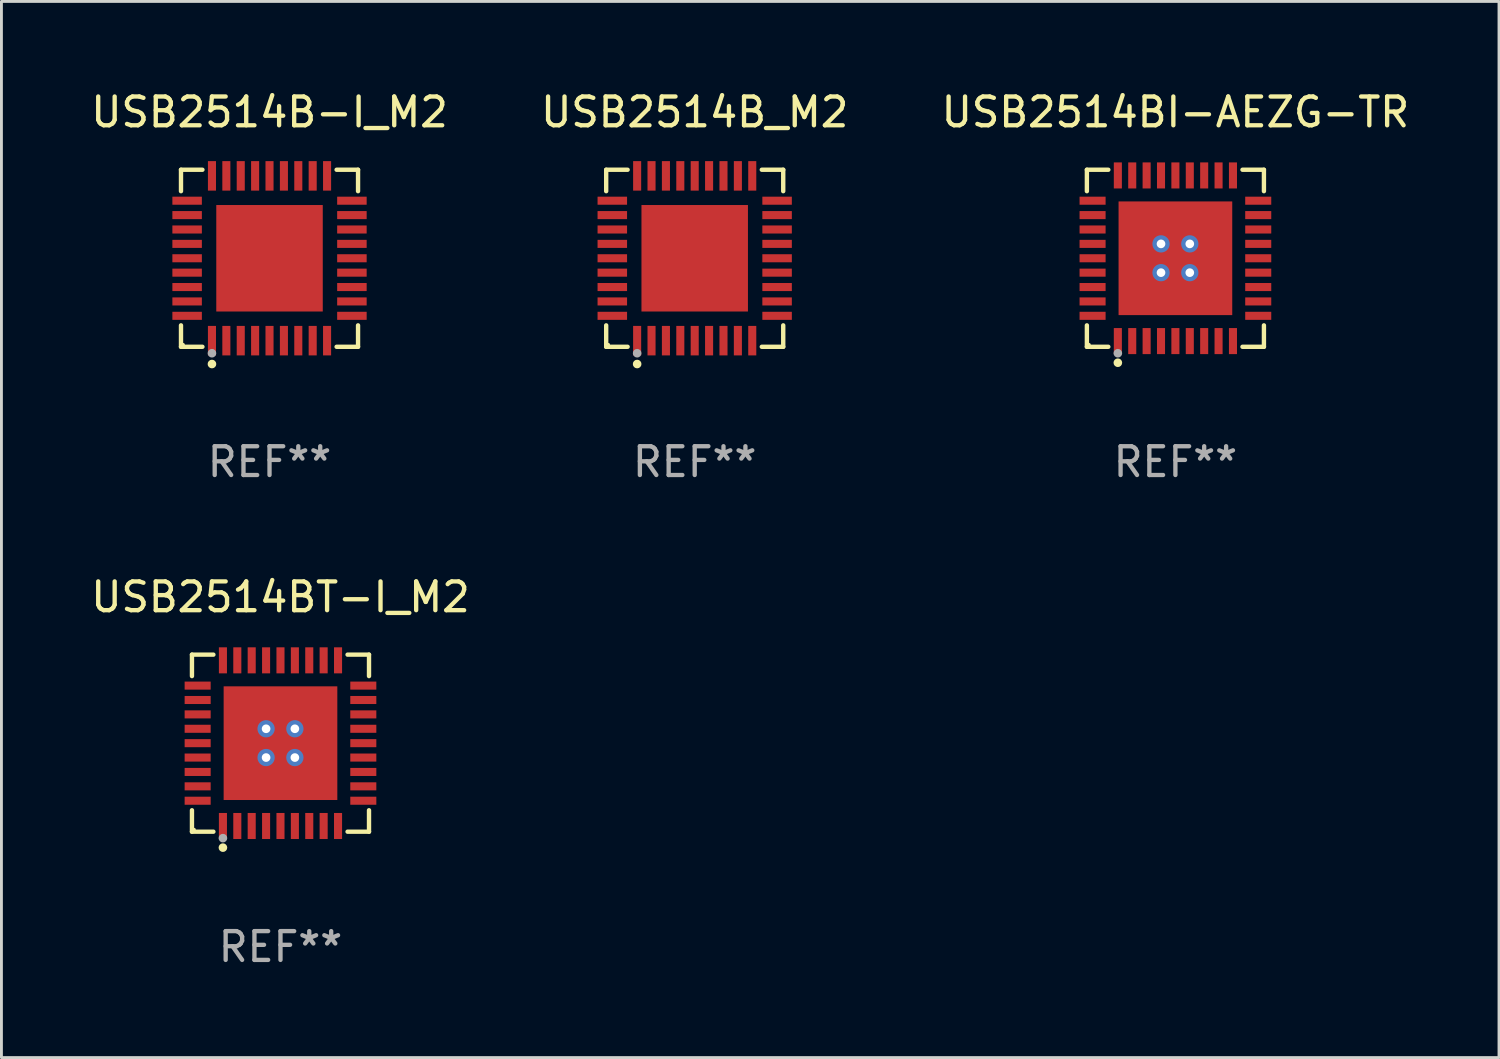
<source format=kicad_pcb>
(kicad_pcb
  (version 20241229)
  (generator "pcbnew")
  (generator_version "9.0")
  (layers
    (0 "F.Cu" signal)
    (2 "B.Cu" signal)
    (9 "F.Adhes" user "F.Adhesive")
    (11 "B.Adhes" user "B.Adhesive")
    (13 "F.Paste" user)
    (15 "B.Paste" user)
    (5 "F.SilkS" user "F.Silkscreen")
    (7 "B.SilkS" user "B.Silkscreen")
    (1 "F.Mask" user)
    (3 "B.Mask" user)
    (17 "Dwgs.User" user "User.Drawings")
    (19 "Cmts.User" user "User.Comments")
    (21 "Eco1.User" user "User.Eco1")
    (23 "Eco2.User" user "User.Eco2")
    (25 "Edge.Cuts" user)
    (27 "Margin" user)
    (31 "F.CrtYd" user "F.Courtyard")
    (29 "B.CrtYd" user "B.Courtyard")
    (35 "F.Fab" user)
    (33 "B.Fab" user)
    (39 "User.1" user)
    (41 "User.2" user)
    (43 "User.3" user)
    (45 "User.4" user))
  (footprint "USB2514BT-I_M2"
    (layer "F.Cu")
    (at 6.696 22.773)
    (property "Reference" "USB2514BT-I_M2" (at 0 -5.076 0) (layer "F.SilkS") (effects (font (size 1 1) (thickness 0.15))))
    (attr through_hole)
    (fp_line (start -3.076 -3.076) (end -2.331 -3.076) (stroke (width 0.152) (type solid)) (layer "F.SilkS"))
    (fp_line (start -3.076 -2.331) (end -3.076 -3.076) (stroke (width 0.152) (type solid)) (layer "F.SilkS"))
    (fp_line (start -3.076 2.331) (end -3.076 3.076) (stroke (width 0.152) (type solid)) (layer "F.SilkS"))
    (fp_line (start -3.076 3.076) (end -2.331 3.076) (stroke (width 0.152) (type solid)) (layer "F.SilkS"))
    (fp_line (start 3.076 -3.076) (end 2.331 -3.076) (stroke (width 0.152) (type solid)) (layer "F.SilkS"))
    (fp_line (start 3.076 -2.331) (end 3.076 -3.076) (stroke (width 0.152) (type solid)) (layer "F.SilkS"))
    (fp_line (start 3.076 2.331) (end 3.076 3.076) (stroke (width 0.152) (type solid)) (layer "F.SilkS"))
    (fp_line (start 3.076 3.076) (end 2.331 3.076) (stroke (width 0.152) (type solid)) (layer "F.SilkS"))
    (fp_circle (center -3 3) (end -2.97 3) (stroke (width 0.06) (type solid)) (fill no) (layer "F.SilkS"))
    (fp_circle (center -2 3.63) (end -1.925 3.63) (stroke (width 0.15) (type solid)) (fill no) (layer "F.SilkS"))
    (fp_circle (center -2 3.3) (end -1.925 3.3) (stroke (width 0.15) (type solid)) (fill no) (layer "F.Fab"))
    (fp_text user "REF**" (at 0 7.076 0) (layer "F.Fab") (effects (font (size 1 1) (thickness 0.15))))
    (pad "1" smd rect (at -2 2.878) (size 0.28 0.905) (layers "F.Cu" "F.Mask" "F.Paste"))
    (pad "2" smd rect (at -1.5 2.878) (size 0.28 0.905) (layers "F.Cu" "F.Mask" "F.Paste"))
    (pad "3" smd rect (at -1 2.878) (size 0.28 0.905) (layers "F.Cu" "F.Mask" "F.Paste"))
    (pad "4" smd rect (at -0.5 2.878) (size 0.28 0.905) (layers "F.Cu" "F.Mask" "F.Paste"))
    (pad "5" smd rect (at 0 2.878) (size 0.28 0.905) (layers "F.Cu" "F.Mask" "F.Paste"))
    (pad "6" smd rect (at 0.5 2.878) (size 0.28 0.905) (layers "F.Cu" "F.Mask" "F.Paste"))
    (pad "7" smd rect (at 1 2.878) (size 0.28 0.905) (layers "F.Cu" "F.Mask" "F.Paste"))
    (pad "8" smd rect (at 1.5 2.878) (size 0.28 0.905) (layers "F.Cu" "F.Mask" "F.Paste"))
    (pad "9" smd rect (at 2 2.878) (size 0.28 0.905) (layers "F.Cu" "F.Mask" "F.Paste"))
    (pad "10" smd rect (at 2.878 2) (size 0.905 0.28) (layers "F.Cu" "F.Mask" "F.Paste"))
    (pad "11" smd rect (at 2.878 1.5) (size 0.905 0.28) (layers "F.Cu" "F.Mask" "F.Paste"))
    (pad "12" smd rect (at 2.878 1) (size 0.905 0.28) (layers "F.Cu" "F.Mask" "F.Paste"))
    (pad "13" smd rect (at 2.878 0.5) (size 0.905 0.28) (layers "F.Cu" "F.Mask" "F.Paste"))
    (pad "14" smd rect (at 2.878 0) (size 0.905 0.28) (layers "F.Cu" "F.Mask" "F.Paste"))
    (pad "15" smd rect (at 2.878 -0.5) (size 0.905 0.28) (layers "F.Cu" "F.Mask" "F.Paste"))
    (pad "16" smd rect (at 2.878 -1) (size 0.905 0.28) (layers "F.Cu" "F.Mask" "F.Paste"))
    (pad "17" smd rect (at 2.878 -1.5) (size 0.905 0.28) (layers "F.Cu" "F.Mask" "F.Paste"))
    (pad "18" smd rect (at 2.878 -2) (size 0.905 0.28) (layers "F.Cu" "F.Mask" "F.Paste"))
    (pad "19" smd rect (at 2 -2.878) (size 0.28 0.905) (layers "F.Cu" "F.Mask" "F.Paste"))
    (pad "20" smd rect (at 1.5 -2.878) (size 0.28 0.905) (layers "F.Cu" "F.Mask" "F.Paste"))
    (pad "21" smd rect (at 1 -2.878) (size 0.28 0.905) (layers "F.Cu" "F.Mask" "F.Paste"))
    (pad "22" smd rect (at 0.5 -2.878) (size 0.28 0.905) (layers "F.Cu" "F.Mask" "F.Paste"))
    (pad "23" smd rect (at 0 -2.878) (size 0.28 0.905) (layers "F.Cu" "F.Mask" "F.Paste"))
    (pad "24" smd rect (at -0.5 -2.878) (size 0.28 0.905) (layers "F.Cu" "F.Mask" "F.Paste"))
    (pad "25" smd rect (at -1 -2.878) (size 0.28 0.905) (layers "F.Cu" "F.Mask" "F.Paste"))
    (pad "26" smd rect (at -1.5 -2.878) (size 0.28 0.905) (layers "F.Cu" "F.Mask" "F.Paste"))
    (pad "27" smd rect (at -2 -2.878) (size 0.28 0.905) (layers "F.Cu" "F.Mask" "F.Paste"))
    (pad "28" smd rect (at -2.878 -2) (size 0.905 0.28) (layers "F.Cu" "F.Mask" "F.Paste"))
    (pad "29" smd rect (at -2.878 -1.5) (size 0.905 0.28) (layers "F.Cu" "F.Mask" "F.Paste"))
    (pad "30" smd rect (at -2.878 -1) (size 0.905 0.28) (layers "F.Cu" "F.Mask" "F.Paste"))
    (pad "31" smd rect (at -2.878 -0.5) (size 0.905 0.28) (layers "F.Cu" "F.Mask" "F.Paste"))
    (pad "32" smd rect (at -2.878 0) (size 0.905 0.28) (layers "F.Cu" "F.Mask" "F.Paste"))
    (pad "33" smd rect (at -2.878 0.5) (size 0.905 0.28) (layers "F.Cu" "F.Mask" "F.Paste"))
    (pad "34" smd rect (at -2.878 1) (size 0.905 0.28) (layers "F.Cu" "F.Mask" "F.Paste"))
    (pad "35" smd rect (at -2.878 1.5) (size 0.905 0.28) (layers "F.Cu" "F.Mask" "F.Paste"))
    (pad "36" smd rect (at -2.878 2) (size 0.905 0.28) (layers "F.Cu" "F.Mask" "F.Paste"))
    (pad "37" thru_hole circle (at -0.5 -0.5) (size 0.6 0.6) (drill 0.3) (layers "*.Cu" "*.Mask"))
    (pad "37" thru_hole circle (at -0.5 0.5) (size 0.6 0.6) (drill 0.3) (layers "*.Cu" "*.Mask"))
    (pad "37" smd rect (at 0 0) (size 3.95 3.95) (layers "F.Cu" "F.Mask" "F.Paste"))
    (pad "37" thru_hole circle (at 0.5 -0.5) (size 0.6 0.6) (drill 0.3) (layers "*.Cu" "*.Mask"))
    (pad "37" thru_hole circle (at 0.5 0.5) (size 0.6 0.6) (drill 0.3) (layers "*.Cu" "*.Mask")))
  (footprint "USB2514B-I_M2"
    (layer "F.Cu")
    (at 6.315 5.924)
    (property "Reference" "USB2514B-I_M2" (at 0 -5.076 0) (layer "F.SilkS") (effects (font (size 1 1) (thickness 0.15))))
    (attr through_hole)
    (fp_line (start -3.076 -3.076) (end -2.331 -3.076) (stroke (width 0.152) (type solid)) (layer "F.SilkS"))
    (fp_line (start -3.076 -2.331) (end -3.076 -3.076) (stroke (width 0.152) (type solid)) (layer "F.SilkS"))
    (fp_line (start -3.076 2.331) (end -3.076 3.076) (stroke (width 0.152) (type solid)) (layer "F.SilkS"))
    (fp_line (start -3.076 3.076) (end -2.331 3.076) (stroke (width 0.152) (type solid)) (layer "F.SilkS"))
    (fp_line (start 3.076 -3.076) (end 2.331 -3.076) (stroke (width 0.152) (type solid)) (layer "F.SilkS"))
    (fp_line (start 3.076 -2.331) (end 3.076 -3.076) (stroke (width 0.152) (type solid)) (layer "F.SilkS"))
    (fp_line (start 3.076 2.331) (end 3.076 3.076) (stroke (width 0.152) (type solid)) (layer "F.SilkS"))
    (fp_line (start 3.076 3.076) (end 2.331 3.076) (stroke (width 0.152) (type solid)) (layer "F.SilkS"))
    (fp_circle (center -3 3) (end -2.97 3) (stroke (width 0.06) (type solid)) (fill no) (layer "F.SilkS"))
    (fp_circle (center -2 3.675) (end -1.925 3.675) (stroke (width 0.15) (type solid)) (fill no) (layer "F.SilkS"))
    (fp_circle (center -2 3.3) (end -1.925 3.3) (stroke (width 0.15) (type solid)) (fill no) (layer "F.Fab"))
    (fp_text user "REF**" (at 0 7.076 0) (layer "F.Fab") (effects (font (size 1 1) (thickness 0.15))))
    (pad "1" smd rect (at -2 2.863) (size 0.28 1.025) (layers "F.Cu" "F.Mask" "F.Paste"))
    (pad "2" smd rect (at -1.5 2.863) (size 0.28 1.025) (layers "F.Cu" "F.Mask" "F.Paste"))
    (pad "3" smd rect (at -1 2.863) (size 0.28 1.025) (layers "F.Cu" "F.Mask" "F.Paste"))
    (pad "4" smd rect (at -0.5 2.863) (size 0.28 1.025) (layers "F.Cu" "F.Mask" "F.Paste"))
    (pad "5" smd rect (at 0 2.863) (size 0.28 1.025) (layers "F.Cu" "F.Mask" "F.Paste"))
    (pad "6" smd rect (at 0.5 2.863) (size 0.28 1.025) (layers "F.Cu" "F.Mask" "F.Paste"))
    (pad "7" smd rect (at 1 2.863) (size 0.28 1.025) (layers "F.Cu" "F.Mask" "F.Paste"))
    (pad "8" smd rect (at 1.5 2.863) (size 0.28 1.025) (layers "F.Cu" "F.Mask" "F.Paste"))
    (pad "9" smd rect (at 2 2.863) (size 0.28 1.025) (layers "F.Cu" "F.Mask" "F.Paste"))
    (pad "10" smd rect (at 2.863 2) (size 1.025 0.28) (layers "F.Cu" "F.Mask" "F.Paste"))
    (pad "11" smd rect (at 2.863 1.5) (size 1.025 0.28) (layers "F.Cu" "F.Mask" "F.Paste"))
    (pad "12" smd rect (at 2.863 1) (size 1.025 0.28) (layers "F.Cu" "F.Mask" "F.Paste"))
    (pad "13" smd rect (at 2.863 0.5) (size 1.025 0.28) (layers "F.Cu" "F.Mask" "F.Paste"))
    (pad "14" smd rect (at 2.863 0) (size 1.025 0.28) (layers "F.Cu" "F.Mask" "F.Paste"))
    (pad "15" smd rect (at 2.863 -0.5) (size 1.025 0.28) (layers "F.Cu" "F.Mask" "F.Paste"))
    (pad "16" smd rect (at 2.863 -1) (size 1.025 0.28) (layers "F.Cu" "F.Mask" "F.Paste"))
    (pad "17" smd rect (at 2.863 -1.5) (size 1.025 0.28) (layers "F.Cu" "F.Mask" "F.Paste"))
    (pad "18" smd rect (at 2.863 -2) (size 1.025 0.28) (layers "F.Cu" "F.Mask" "F.Paste"))
    (pad "19" smd rect (at 2 -2.863) (size 0.28 1.025) (layers "F.Cu" "F.Mask" "F.Paste"))
    (pad "20" smd rect (at 1.5 -2.863) (size 0.28 1.025) (layers "F.Cu" "F.Mask" "F.Paste"))
    (pad "21" smd rect (at 1 -2.863) (size 0.28 1.025) (layers "F.Cu" "F.Mask" "F.Paste"))
    (pad "22" smd rect (at 0.5 -2.863) (size 0.28 1.025) (layers "F.Cu" "F.Mask" "F.Paste"))
    (pad "23" smd rect (at 0 -2.863) (size 0.28 1.025) (layers "F.Cu" "F.Mask" "F.Paste"))
    (pad "24" smd rect (at -0.5 -2.863) (size 0.28 1.025) (layers "F.Cu" "F.Mask" "F.Paste"))
    (pad "25" smd rect (at -1 -2.863) (size 0.28 1.025) (layers "F.Cu" "F.Mask" "F.Paste"))
    (pad "26" smd rect (at -1.5 -2.863) (size 0.28 1.025) (layers "F.Cu" "F.Mask" "F.Paste"))
    (pad "27" smd rect (at -2 -2.863) (size 0.28 1.025) (layers "F.Cu" "F.Mask" "F.Paste"))
    (pad "28" smd rect (at -2.863 -2) (size 1.025 0.28) (layers "F.Cu" "F.Mask" "F.Paste"))
    (pad "29" smd rect (at -2.863 -1.5) (size 1.025 0.28) (layers "F.Cu" "F.Mask" "F.Paste"))
    (pad "30" smd rect (at -2.863 -1) (size 1.025 0.28) (layers "F.Cu" "F.Mask" "F.Paste"))
    (pad "31" smd rect (at -2.863 -0.5) (size 1.025 0.28) (layers "F.Cu" "F.Mask" "F.Paste"))
    (pad "32" smd rect (at -2.863 0) (size 1.025 0.28) (layers "F.Cu" "F.Mask" "F.Paste"))
    (pad "33" smd rect (at -2.863 0.5) (size 1.025 0.28) (layers "F.Cu" "F.Mask" "F.Paste"))
    (pad "34" smd rect (at -2.863 1) (size 1.025 0.28) (layers "F.Cu" "F.Mask" "F.Paste"))
    (pad "35" smd rect (at -2.863 1.5) (size 1.025 0.28) (layers "F.Cu" "F.Mask" "F.Paste"))
    (pad "36" smd rect (at -2.863 2) (size 1.025 0.28) (layers "F.Cu" "F.Mask" "F.Paste"))
    (pad "37" smd rect (at 0 0) (size 3.7 3.7) (layers "F.Cu" "F.Mask" "F.Paste")))
  (footprint "USB2514BI-AEZG-TR"
    (layer "F.Cu")
    (at 37.792 5.924)
    (property "Reference" "USB2514BI-AEZG-TR" (at 0 -5.076 0) (layer "F.SilkS") (effects (font (size 1 1) (thickness 0.15))))
    (attr through_hole)
    (fp_line (start -3.076 -3.076) (end -2.331 -3.076) (stroke (width 0.152) (type solid)) (layer "F.SilkS"))
    (fp_line (start -3.076 -2.331) (end -3.076 -3.076) (stroke (width 0.152) (type solid)) (layer "F.SilkS"))
    (fp_line (start -3.076 2.331) (end -3.076 3.076) (stroke (width 0.152) (type solid)) (layer "F.SilkS"))
    (fp_line (start -3.076 3.076) (end -2.331 3.076) (stroke (width 0.152) (type solid)) (layer "F.SilkS"))
    (fp_line (start 3.076 -3.076) (end 2.331 -3.076) (stroke (width 0.152) (type solid)) (layer "F.SilkS"))
    (fp_line (start 3.076 -2.331) (end 3.076 -3.076) (stroke (width 0.152) (type solid)) (layer "F.SilkS"))
    (fp_line (start 3.076 2.331) (end 3.076 3.076) (stroke (width 0.152) (type solid)) (layer "F.SilkS"))
    (fp_line (start 3.076 3.076) (end 2.331 3.076) (stroke (width 0.152) (type solid)) (layer "F.SilkS"))
    (fp_circle (center -3 3) (end -2.97 3) (stroke (width 0.06) (type solid)) (fill no) (layer "F.SilkS"))
    (fp_circle (center -2 3.63) (end -1.925 3.63) (stroke (width 0.15) (type solid)) (fill no) (layer "F.SilkS"))
    (fp_circle (center -2 3.3) (end -1.925 3.3) (stroke (width 0.15) (type solid)) (fill no) (layer "F.Fab"))
    (fp_text user "REF**" (at 0 7.076 0) (layer "F.Fab") (effects (font (size 1 1) (thickness 0.15))))
    (pad "1" smd rect (at -2 2.878) (size 0.28 0.905) (layers "F.Cu" "F.Mask" "F.Paste"))
    (pad "2" smd rect (at -1.5 2.878) (size 0.28 0.905) (layers "F.Cu" "F.Mask" "F.Paste"))
    (pad "3" smd rect (at -1 2.878) (size 0.28 0.905) (layers "F.Cu" "F.Mask" "F.Paste"))
    (pad "4" smd rect (at -0.5 2.878) (size 0.28 0.905) (layers "F.Cu" "F.Mask" "F.Paste"))
    (pad "5" smd rect (at 0 2.878) (size 0.28 0.905) (layers "F.Cu" "F.Mask" "F.Paste"))
    (pad "6" smd rect (at 0.5 2.878) (size 0.28 0.905) (layers "F.Cu" "F.Mask" "F.Paste"))
    (pad "7" smd rect (at 1 2.878) (size 0.28 0.905) (layers "F.Cu" "F.Mask" "F.Paste"))
    (pad "8" smd rect (at 1.5 2.878) (size 0.28 0.905) (layers "F.Cu" "F.Mask" "F.Paste"))
    (pad "9" smd rect (at 2 2.878) (size 0.28 0.905) (layers "F.Cu" "F.Mask" "F.Paste"))
    (pad "10" smd rect (at 2.878 2) (size 0.905 0.28) (layers "F.Cu" "F.Mask" "F.Paste"))
    (pad "11" smd rect (at 2.878 1.5) (size 0.905 0.28) (layers "F.Cu" "F.Mask" "F.Paste"))
    (pad "12" smd rect (at 2.878 1) (size 0.905 0.28) (layers "F.Cu" "F.Mask" "F.Paste"))
    (pad "13" smd rect (at 2.878 0.5) (size 0.905 0.28) (layers "F.Cu" "F.Mask" "F.Paste"))
    (pad "14" smd rect (at 2.878 0) (size 0.905 0.28) (layers "F.Cu" "F.Mask" "F.Paste"))
    (pad "15" smd rect (at 2.878 -0.5) (size 0.905 0.28) (layers "F.Cu" "F.Mask" "F.Paste"))
    (pad "16" smd rect (at 2.878 -1) (size 0.905 0.28) (layers "F.Cu" "F.Mask" "F.Paste"))
    (pad "17" smd rect (at 2.878 -1.5) (size 0.905 0.28) (layers "F.Cu" "F.Mask" "F.Paste"))
    (pad "18" smd rect (at 2.878 -2) (size 0.905 0.28) (layers "F.Cu" "F.Mask" "F.Paste"))
    (pad "19" smd rect (at 2 -2.878) (size 0.28 0.905) (layers "F.Cu" "F.Mask" "F.Paste"))
    (pad "20" smd rect (at 1.5 -2.878) (size 0.28 0.905) (layers "F.Cu" "F.Mask" "F.Paste"))
    (pad "21" smd rect (at 1 -2.878) (size 0.28 0.905) (layers "F.Cu" "F.Mask" "F.Paste"))
    (pad "22" smd rect (at 0.5 -2.878) (size 0.28 0.905) (layers "F.Cu" "F.Mask" "F.Paste"))
    (pad "23" smd rect (at 0 -2.878) (size 0.28 0.905) (layers "F.Cu" "F.Mask" "F.Paste"))
    (pad "24" smd rect (at -0.5 -2.878) (size 0.28 0.905) (layers "F.Cu" "F.Mask" "F.Paste"))
    (pad "25" smd rect (at -1 -2.878) (size 0.28 0.905) (layers "F.Cu" "F.Mask" "F.Paste"))
    (pad "26" smd rect (at -1.5 -2.878) (size 0.28 0.905) (layers "F.Cu" "F.Mask" "F.Paste"))
    (pad "27" smd rect (at -2 -2.878) (size 0.28 0.905) (layers "F.Cu" "F.Mask" "F.Paste"))
    (pad "28" smd rect (at -2.878 -2) (size 0.905 0.28) (layers "F.Cu" "F.Mask" "F.Paste"))
    (pad "29" smd rect (at -2.878 -1.5) (size 0.905 0.28) (layers "F.Cu" "F.Mask" "F.Paste"))
    (pad "30" smd rect (at -2.878 -1) (size 0.905 0.28) (layers "F.Cu" "F.Mask" "F.Paste"))
    (pad "31" smd rect (at -2.878 -0.5) (size 0.905 0.28) (layers "F.Cu" "F.Mask" "F.Paste"))
    (pad "32" smd rect (at -2.878 0) (size 0.905 0.28) (layers "F.Cu" "F.Mask" "F.Paste"))
    (pad "33" smd rect (at -2.878 0.5) (size 0.905 0.28) (layers "F.Cu" "F.Mask" "F.Paste"))
    (pad "34" smd rect (at -2.878 1) (size 0.905 0.28) (layers "F.Cu" "F.Mask" "F.Paste"))
    (pad "35" smd rect (at -2.878 1.5) (size 0.905 0.28) (layers "F.Cu" "F.Mask" "F.Paste"))
    (pad "36" smd rect (at -2.878 2) (size 0.905 0.28) (layers "F.Cu" "F.Mask" "F.Paste"))
    (pad "37" thru_hole circle (at -0.5 -0.5) (size 0.6 0.6) (drill 0.3) (layers "*.Cu" "*.Mask"))
    (pad "37" thru_hole circle (at -0.5 0.5) (size 0.6 0.6) (drill 0.3) (layers "*.Cu" "*.Mask"))
    (pad "37" smd rect (at 0 0) (size 3.95 3.95) (layers "F.Cu" "F.Mask" "F.Paste"))
    (pad "37" thru_hole circle (at 0.5 -0.5) (size 0.6 0.6) (drill 0.3) (layers "*.Cu" "*.Mask"))
    (pad "37" thru_hole circle (at 0.5 0.5) (size 0.6 0.6) (drill 0.3) (layers "*.Cu" "*.Mask")))
  (footprint "USB2514B_M2"
    (layer "F.Cu")
    (at 21.089 5.924)
    (property "Reference" "USB2514B_M2" (at 0 -5.076 0) (layer "F.SilkS") (effects (font (size 1 1) (thickness 0.15))))
    (attr through_hole)
    (fp_line (start -3.076 -3.076) (end -2.331 -3.076) (stroke (width 0.152) (type solid)) (layer "F.SilkS"))
    (fp_line (start -3.076 -2.331) (end -3.076 -3.076) (stroke (width 0.152) (type solid)) (layer "F.SilkS"))
    (fp_line (start -3.076 2.331) (end -3.076 3.076) (stroke (width 0.152) (type solid)) (layer "F.SilkS"))
    (fp_line (start -3.076 3.076) (end -2.331 3.076) (stroke (width 0.152) (type solid)) (layer "F.SilkS"))
    (fp_line (start 3.076 -3.076) (end 2.331 -3.076) (stroke (width 0.152) (type solid)) (layer "F.SilkS"))
    (fp_line (start 3.076 -2.331) (end 3.076 -3.076) (stroke (width 0.152) (type solid)) (layer "F.SilkS"))
    (fp_line (start 3.076 2.331) (end 3.076 3.076) (stroke (width 0.152) (type solid)) (layer "F.SilkS"))
    (fp_line (start 3.076 3.076) (end 2.331 3.076) (stroke (width 0.152) (type solid)) (layer "F.SilkS"))
    (fp_circle (center -3 3) (end -2.97 3) (stroke (width 0.06) (type solid)) (fill no) (layer "F.SilkS"))
    (fp_circle (center -2 3.675) (end -1.925 3.675) (stroke (width 0.15) (type solid)) (fill no) (layer "F.SilkS"))
    (fp_circle (center -2 3.3) (end -1.925 3.3) (stroke (width 0.15) (type solid)) (fill no) (layer "F.Fab"))
    (fp_text user "REF**" (at 0 7.076 0) (layer "F.Fab") (effects (font (size 1 1) (thickness 0.15))))
    (pad "1" smd rect (at -2 2.863) (size 0.28 1.025) (layers "F.Cu" "F.Mask" "F.Paste"))
    (pad "2" smd rect (at -1.5 2.863) (size 0.28 1.025) (layers "F.Cu" "F.Mask" "F.Paste"))
    (pad "3" smd rect (at -1 2.863) (size 0.28 1.025) (layers "F.Cu" "F.Mask" "F.Paste"))
    (pad "4" smd rect (at -0.5 2.863) (size 0.28 1.025) (layers "F.Cu" "F.Mask" "F.Paste"))
    (pad "5" smd rect (at 0 2.863) (size 0.28 1.025) (layers "F.Cu" "F.Mask" "F.Paste"))
    (pad "6" smd rect (at 0.5 2.863) (size 0.28 1.025) (layers "F.Cu" "F.Mask" "F.Paste"))
    (pad "7" smd rect (at 1 2.863) (size 0.28 1.025) (layers "F.Cu" "F.Mask" "F.Paste"))
    (pad "8" smd rect (at 1.5 2.863) (size 0.28 1.025) (layers "F.Cu" "F.Mask" "F.Paste"))
    (pad "9" smd rect (at 2 2.863) (size 0.28 1.025) (layers "F.Cu" "F.Mask" "F.Paste"))
    (pad "10" smd rect (at 2.863 2) (size 1.025 0.28) (layers "F.Cu" "F.Mask" "F.Paste"))
    (pad "11" smd rect (at 2.863 1.5) (size 1.025 0.28) (layers "F.Cu" "F.Mask" "F.Paste"))
    (pad "12" smd rect (at 2.863 1) (size 1.025 0.28) (layers "F.Cu" "F.Mask" "F.Paste"))
    (pad "13" smd rect (at 2.863 0.5) (size 1.025 0.28) (layers "F.Cu" "F.Mask" "F.Paste"))
    (pad "14" smd rect (at 2.863 0) (size 1.025 0.28) (layers "F.Cu" "F.Mask" "F.Paste"))
    (pad "15" smd rect (at 2.863 -0.5) (size 1.025 0.28) (layers "F.Cu" "F.Mask" "F.Paste"))
    (pad "16" smd rect (at 2.863 -1) (size 1.025 0.28) (layers "F.Cu" "F.Mask" "F.Paste"))
    (pad "17" smd rect (at 2.863 -1.5) (size 1.025 0.28) (layers "F.Cu" "F.Mask" "F.Paste"))
    (pad "18" smd rect (at 2.863 -2) (size 1.025 0.28) (layers "F.Cu" "F.Mask" "F.Paste"))
    (pad "19" smd rect (at 2 -2.863) (size 0.28 1.025) (layers "F.Cu" "F.Mask" "F.Paste"))
    (pad "20" smd rect (at 1.5 -2.863) (size 0.28 1.025) (layers "F.Cu" "F.Mask" "F.Paste"))
    (pad "21" smd rect (at 1 -2.863) (size 0.28 1.025) (layers "F.Cu" "F.Mask" "F.Paste"))
    (pad "22" smd rect (at 0.5 -2.863) (size 0.28 1.025) (layers "F.Cu" "F.Mask" "F.Paste"))
    (pad "23" smd rect (at 0 -2.863) (size 0.28 1.025) (layers "F.Cu" "F.Mask" "F.Paste"))
    (pad "24" smd rect (at -0.5 -2.863) (size 0.28 1.025) (layers "F.Cu" "F.Mask" "F.Paste"))
    (pad "25" smd rect (at -1 -2.863) (size 0.28 1.025) (layers "F.Cu" "F.Mask" "F.Paste"))
    (pad "26" smd rect (at -1.5 -2.863) (size 0.28 1.025) (layers "F.Cu" "F.Mask" "F.Paste"))
    (pad "27" smd rect (at -2 -2.863) (size 0.28 1.025) (layers "F.Cu" "F.Mask" "F.Paste"))
    (pad "28" smd rect (at -2.863 -2) (size 1.025 0.28) (layers "F.Cu" "F.Mask" "F.Paste"))
    (pad "29" smd rect (at -2.863 -1.5) (size 1.025 0.28) (layers "F.Cu" "F.Mask" "F.Paste"))
    (pad "30" smd rect (at -2.863 -1) (size 1.025 0.28) (layers "F.Cu" "F.Mask" "F.Paste"))
    (pad "31" smd rect (at -2.863 -0.5) (size 1.025 0.28) (layers "F.Cu" "F.Mask" "F.Paste"))
    (pad "32" smd rect (at -2.863 0) (size 1.025 0.28) (layers "F.Cu" "F.Mask" "F.Paste"))
    (pad "33" smd rect (at -2.863 0.5) (size 1.025 0.28) (layers "F.Cu" "F.Mask" "F.Paste"))
    (pad "34" smd rect (at -2.863 1) (size 1.025 0.28) (layers "F.Cu" "F.Mask" "F.Paste"))
    (pad "35" smd rect (at -2.863 1.5) (size 1.025 0.28) (layers "F.Cu" "F.Mask" "F.Paste"))
    (pad "36" smd rect (at -2.863 2) (size 1.025 0.28) (layers "F.Cu" "F.Mask" "F.Paste"))
    (pad "37" smd rect (at 0 0) (size 3.7 3.7) (layers "F.Cu" "F.Mask" "F.Paste")))
  (gr_rect
    (start -3 -3)
    (end 49.036 33.698)
    (stroke (width 0.1) (type default))
    (fill no)
    (layer "Edge.Cuts")))
</source>
